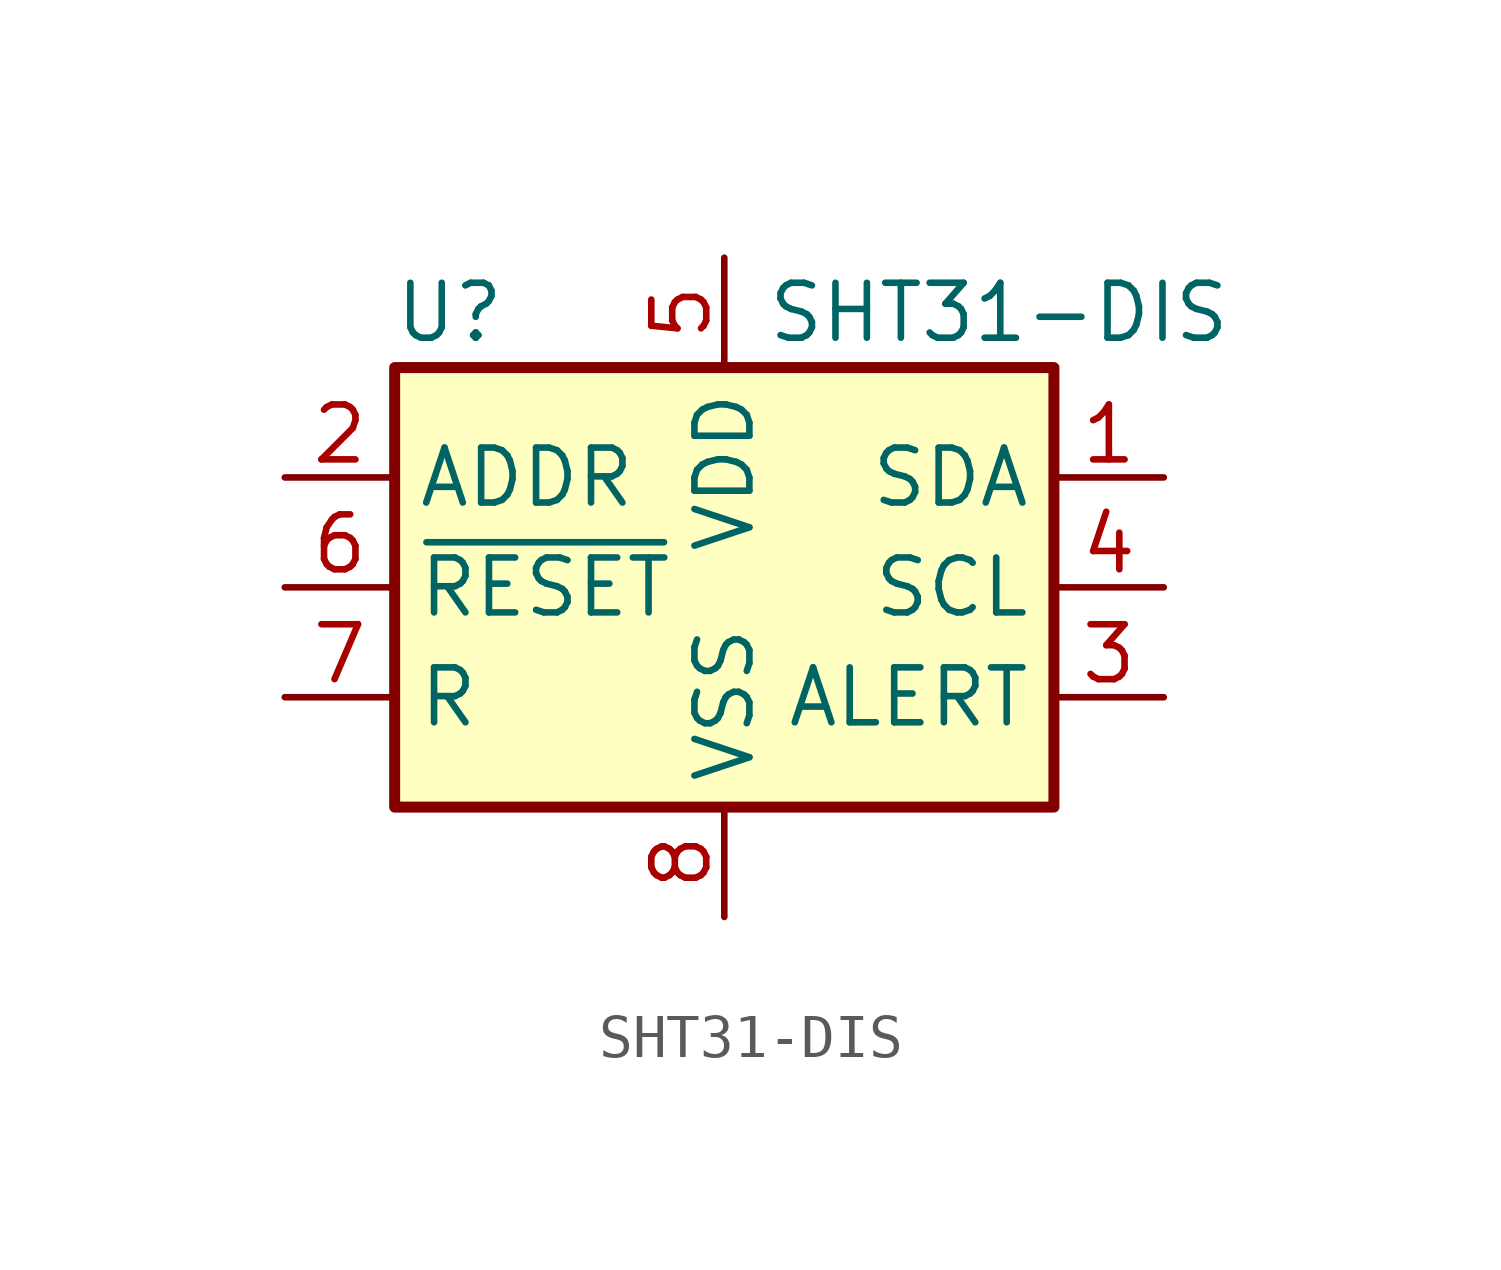
<source format=kicad_sym>
(kicad_symbol_lib
  (version 20201005)
  (generator kicad_symbol_editor)
  (symbol "Sensor_Humidity:SHT31-DIS"
    (property "Reference" "U"
      (at -6.35 6.35 0)
      (effects (font (size 1.27 1.27))))
    (property "Value" "SHT31-DIS"
      (at 6.35 6.35 0)
      (effects (font (size 1.27 1.27))))
    (symbol "SHT31-DIS_0_1"
      (rectangle (start -7.62 5.08) (end 7.62 -5.08) (stroke (width 0.254)) (fill (type background))))
    (symbol "SHT31-DIS_1_1"
      (pin bidirectional line (at 10.16 2.54 180) (length 2.54) (name "SDA" (effects (font (size 1.27 1.27)))) (number "1" (effects (font (size 1.27 1.27)))))
      (pin input line (at -10.16 2.54 0) (length 2.54) (name "ADDR" (effects (font (size 1.27 1.27)))) (number "2" (effects (font (size 1.27 1.27)))))
      (pin output line (at 10.16 -2.54 180) (length 2.54) (name "ALERT" (effects (font (size 1.27 1.27)))) (number "3" (effects (font (size 1.27 1.27)))))
      (pin input line (at 10.16 0 180) (length 2.54) (name "SCL" (effects (font (size 1.27 1.27)))) (number "4" (effects (font (size 1.27 1.27)))))
      (pin power_in line (at 0 7.62 270) (length 2.54) (name "VDD" (effects (font (size 1.27 1.27)))) (number "5" (effects (font (size 1.27 1.27)))))
      (pin input line (at -10.16 0 0) (length 2.54) (name "~RESET" (effects (font (size 1.27 1.27)))) (number "6" (effects (font (size 1.27 1.27)))))
      (pin passive line (at -10.16 -2.54 0) (length 2.54) (name "R" (effects (font (size 1.27 1.27)))) (number "7" (effects (font (size 1.27 1.27)))))
      (pin power_in line (at 0 -7.62 90) (length 2.54) (name "VSS" (effects (font (size 1.27 1.27)))) (number "8" (effects (font (size 1.27 1.27)))))
      (pin passive line (at 0 -7.62 90) (length 2.54) hide (name "VSS" (effects (font (size 1.27 1.27)))) (number "9" (effects (font (size 1.27 1.27))))))))
</source>
